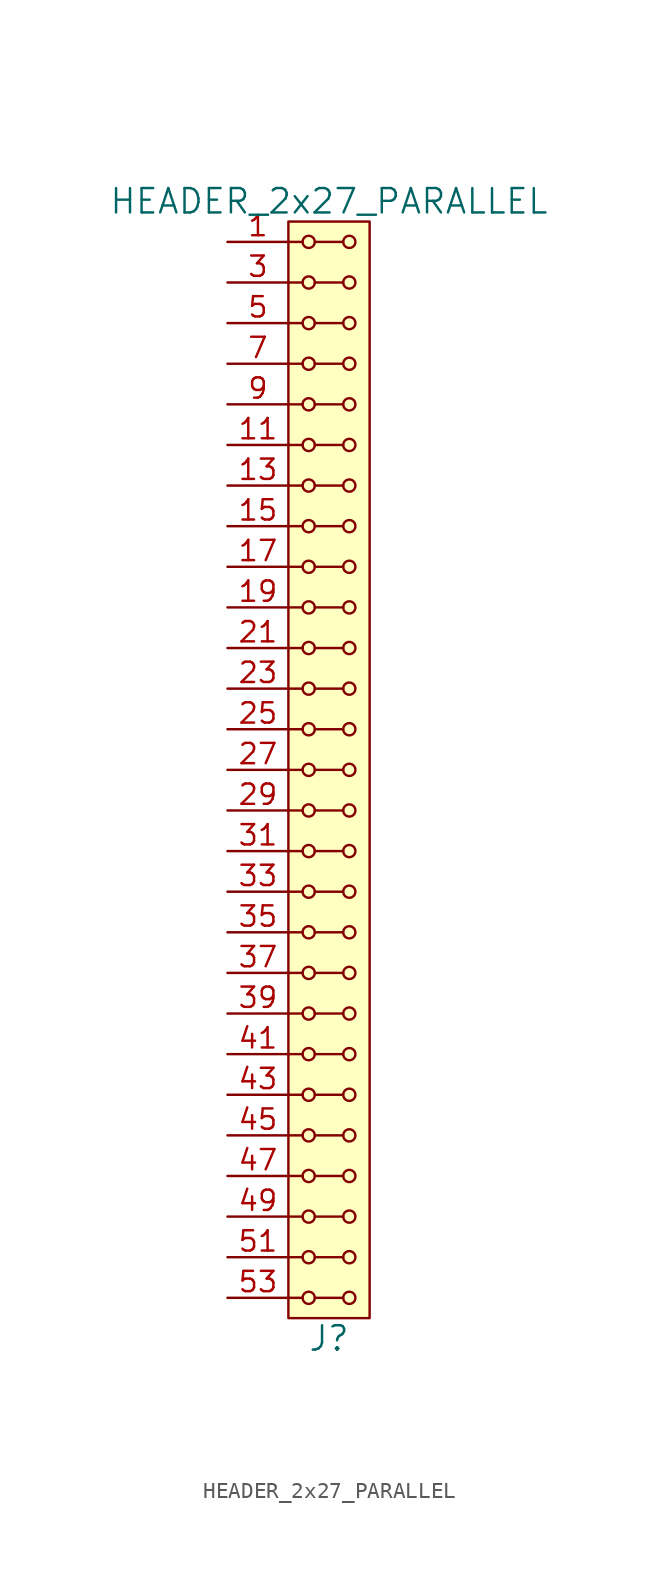
<source format=kicad_sym>
(kicad_symbol_lib
  (version 20211014)
  (generator kicad_symbol_editor)
  (symbol "HEADER_2x27_PARALLEL"
    (pin_names
      (offset 1.016))
    (property "Reference" "J"
      (at 0 -35.56 0)
      (effects (font (size 1.524 1.524))))
    (property "Value" "HEADER_2x27_PARALLEL"
      (at 0 35.56 0)
      (effects (font (size 1.524 1.524))))
    (property "Footprint" ""
      (at 0 33.02 0)
      (effects (font (size 1.524 1.524))))
    (property "Datasheet" ""
      (at 0 33.02 0)
      (effects (font (size 1.524 1.524))))
    (symbol "HEADER_2x27_PARALLEL_0_1"
      (rectangle (start -2.54 34.29) (end 2.54 -34.29) (stroke (width 0) (type default) (color 0 0 0 0)) (fill (type background)))
      (circle (center -1.27 -33.02) (radius 0.381) (stroke (width 0) (type default) (color 0 0 0 0)) (fill (type none)))
      (circle (center -1.27 -30.48) (radius 0.381) (stroke (width 0) (type default) (color 0 0 0 0)) (fill (type none)))
      (circle (center -1.27 -27.94) (radius 0.381) (stroke (width 0) (type default) (color 0 0 0 0)) (fill (type none)))
      (circle (center -1.27 -25.4) (radius 0.381) (stroke (width 0) (type default) (color 0 0 0 0)) (fill (type none)))
      (circle (center -1.27 -22.86) (radius 0.381) (stroke (width 0) (type default) (color 0 0 0 0)) (fill (type none)))
      (circle (center -1.27 -20.32) (radius 0.381) (stroke (width 0) (type default) (color 0 0 0 0)) (fill (type none)))
      (circle (center -1.27 -17.78) (radius 0.381) (stroke (width 0) (type default) (color 0 0 0 0)) (fill (type none)))
      (circle (center -1.27 -15.24) (radius 0.381) (stroke (width 0) (type default) (color 0 0 0 0)) (fill (type none)))
      (circle (center -1.27 -12.7) (radius 0.381) (stroke (width 0) (type default) (color 0 0 0 0)) (fill (type none)))
      (circle (center -1.27 -10.16) (radius 0.381) (stroke (width 0) (type default) (color 0 0 0 0)) (fill (type none)))
      (circle (center -1.27 -7.62) (radius 0.381) (stroke (width 0) (type default) (color 0 0 0 0)) (fill (type none)))
      (circle (center -1.27 -5.08) (radius 0.381) (stroke (width 0) (type default) (color 0 0 0 0)) (fill (type none)))
      (circle (center -1.27 -2.54) (radius 0.381) (stroke (width 0) (type default) (color 0 0 0 0)) (fill (type none)))
      (circle (center -1.27 0) (radius 0.381) (stroke (width 0) (type default) (color 0 0 0 0)) (fill (type none)))
      (circle (center -1.27 2.54) (radius 0.381) (stroke (width 0) (type default) (color 0 0 0 0)) (fill (type none)))
      (circle (center -1.27 5.08) (radius 0.381) (stroke (width 0) (type default) (color 0 0 0 0)) (fill (type none)))
      (circle (center -1.27 7.62) (radius 0.381) (stroke (width 0) (type default) (color 0 0 0 0)) (fill (type none)))
      (circle (center -1.27 10.16) (radius 0.381) (stroke (width 0) (type default) (color 0 0 0 0)) (fill (type none)))
      (circle (center -1.27 12.7) (radius 0.381) (stroke (width 0) (type default) (color 0 0 0 0)) (fill (type none)))
      (circle (center -1.27 15.24) (radius 0.381) (stroke (width 0) (type default) (color 0 0 0 0)) (fill (type none)))
      (circle (center -1.27 17.78) (radius 0.381) (stroke (width 0) (type default) (color 0 0 0 0)) (fill (type none)))
      (circle (center -1.27 20.32) (radius 0.381) (stroke (width 0) (type default) (color 0 0 0 0)) (fill (type none)))
      (circle (center -1.27 22.86) (radius 0.381) (stroke (width 0) (type default) (color 0 0 0 0)) (fill (type none)))
      (circle (center -1.27 25.4) (radius 0.381) (stroke (width 0) (type default) (color 0 0 0 0)) (fill (type none)))
      (circle (center -1.27 27.94) (radius 0.381) (stroke (width 0) (type default) (color 0 0 0 0)) (fill (type none)))
      (circle (center -1.27 30.48) (radius 0.381) (stroke (width 0) (type default) (color 0 0 0 0)) (fill (type none)))
      (circle (center -1.27 33.02) (radius 0.381) (stroke (width 0) (type default) (color 0 0 0 0)) (fill (type none)))
      (polyline (pts (xy -1.651 -33.02) (xy -2.54 -33.02)) (stroke (width 0) (type default) (color 0 0 0 0)) (fill (type none)))
      (polyline (pts (xy -1.651 -30.48) (xy -2.54 -30.48)) (stroke (width 0) (type default) (color 0 0 0 0)) (fill (type none)))
      (polyline (pts (xy -1.651 -27.94) (xy -2.54 -27.94)) (stroke (width 0) (type default) (color 0 0 0 0)) (fill (type none)))
      (polyline (pts (xy -1.651 -25.4) (xy -2.54 -25.4)) (stroke (width 0) (type default) (color 0 0 0 0)) (fill (type none)))
      (polyline (pts (xy -1.651 -22.86) (xy -2.54 -22.86)) (stroke (width 0) (type default) (color 0 0 0 0)) (fill (type none)))
      (polyline (pts (xy -1.651 -20.32) (xy -2.54 -20.32)) (stroke (width 0) (type default) (color 0 0 0 0)) (fill (type none)))
      (polyline (pts (xy -1.651 -17.78) (xy -2.54 -17.78)) (stroke (width 0) (type default) (color 0 0 0 0)) (fill (type none)))
      (polyline (pts (xy -1.651 -15.24) (xy -2.54 -15.24)) (stroke (width 0) (type default) (color 0 0 0 0)) (fill (type none)))
      (polyline (pts (xy -1.651 -12.7) (xy -2.54 -12.7)) (stroke (width 0) (type default) (color 0 0 0 0)) (fill (type none)))
      (polyline (pts (xy -1.651 -10.16) (xy -2.54 -10.16)) (stroke (width 0) (type default) (color 0 0 0 0)) (fill (type none)))
      (polyline (pts (xy -1.651 -7.62) (xy -2.54 -7.62)) (stroke (width 0) (type default) (color 0 0 0 0)) (fill (type none)))
      (polyline (pts (xy -1.651 -5.08) (xy -2.54 -5.08)) (stroke (width 0) (type default) (color 0 0 0 0)) (fill (type none)))
      (polyline (pts (xy -1.651 -2.54) (xy -2.54 -2.54)) (stroke (width 0) (type default) (color 0 0 0 0)) (fill (type none)))
      (polyline (pts (xy -1.651 0) (xy -2.54 0)) (stroke (width 0) (type default) (color 0 0 0 0)) (fill (type none)))
      (polyline (pts (xy -1.651 2.54) (xy -2.54 2.54)) (stroke (width 0) (type default) (color 0 0 0 0)) (fill (type none)))
      (polyline (pts (xy -1.651 5.08) (xy -2.54 5.08)) (stroke (width 0) (type default) (color 0 0 0 0)) (fill (type none)))
      (polyline (pts (xy -1.651 7.62) (xy -2.54 7.62)) (stroke (width 0) (type default) (color 0 0 0 0)) (fill (type none)))
      (polyline (pts (xy -1.651 10.16) (xy -2.54 10.16)) (stroke (width 0) (type default) (color 0 0 0 0)) (fill (type none)))
      (polyline (pts (xy -1.651 12.7) (xy -2.54 12.7)) (stroke (width 0) (type default) (color 0 0 0 0)) (fill (type none)))
      (polyline (pts (xy -1.651 15.24) (xy -2.54 15.24)) (stroke (width 0) (type default) (color 0 0 0 0)) (fill (type none)))
      (polyline (pts (xy -1.651 17.78) (xy -2.54 17.78)) (stroke (width 0) (type default) (color 0 0 0 0)) (fill (type none)))
      (polyline (pts (xy -1.651 20.32) (xy -2.54 20.32)) (stroke (width 0) (type default) (color 0 0 0 0)) (fill (type none)))
      (polyline (pts (xy -1.651 22.86) (xy -2.54 22.86)) (stroke (width 0) (type default) (color 0 0 0 0)) (fill (type none)))
      (polyline (pts (xy -1.651 25.4) (xy -2.54 25.4)) (stroke (width 0) (type default) (color 0 0 0 0)) (fill (type none)))
      (polyline (pts (xy -1.651 27.94) (xy -2.54 27.94)) (stroke (width 0) (type default) (color 0 0 0 0)) (fill (type none)))
      (polyline (pts (xy -1.651 30.48) (xy -2.54 30.48)) (stroke (width 0) (type default) (color 0 0 0 0)) (fill (type none)))
      (polyline (pts (xy -1.651 33.02) (xy -2.54 33.02)) (stroke (width 0) (type default) (color 0 0 0 0)) (fill (type none)))
      (polyline (pts (xy -0.889 -33.02) (xy 0.889 -33.02)) (stroke (width 0) (type default) (color 0 0 0 0)) (fill (type none)))
      (polyline (pts (xy -0.889 -30.48) (xy 0.889 -30.48)) (stroke (width 0) (type default) (color 0 0 0 0)) (fill (type none)))
      (polyline (pts (xy -0.889 -27.94) (xy 0.889 -27.94)) (stroke (width 0) (type default) (color 0 0 0 0)) (fill (type none)))
      (polyline (pts (xy -0.889 -25.4) (xy 0.889 -25.4)) (stroke (width 0) (type default) (color 0 0 0 0)) (fill (type none)))
      (polyline (pts (xy -0.889 -22.86) (xy 0.889 -22.86)) (stroke (width 0) (type default) (color 0 0 0 0)) (fill (type none)))
      (polyline (pts (xy -0.889 -20.32) (xy 0.889 -20.32)) (stroke (width 0) (type default) (color 0 0 0 0)) (fill (type none)))
      (polyline (pts (xy -0.889 -17.78) (xy 0.889 -17.78)) (stroke (width 0) (type default) (color 0 0 0 0)) (fill (type none)))
      (polyline (pts (xy -0.889 -15.24) (xy 0.889 -15.24)) (stroke (width 0) (type default) (color 0 0 0 0)) (fill (type none)))
      (polyline (pts (xy -0.889 -12.7) (xy 0.889 -12.7)) (stroke (width 0) (type default) (color 0 0 0 0)) (fill (type none)))
      (polyline (pts (xy -0.889 -10.16) (xy 0.889 -10.16)) (stroke (width 0) (type default) (color 0 0 0 0)) (fill (type none)))
      (polyline (pts (xy -0.889 -7.62) (xy 0.889 -7.62)) (stroke (width 0) (type default) (color 0 0 0 0)) (fill (type none)))
      (polyline (pts (xy -0.889 -5.08) (xy 0.889 -5.08)) (stroke (width 0) (type default) (color 0 0 0 0)) (fill (type none)))
      (polyline (pts (xy -0.889 -2.54) (xy 0.889 -2.54)) (stroke (width 0) (type default) (color 0 0 0 0)) (fill (type none)))
      (polyline (pts (xy -0.889 0) (xy 0.889 0)) (stroke (width 0) (type default) (color 0 0 0 0)) (fill (type none)))
      (polyline (pts (xy -0.889 2.54) (xy 0.889 2.54)) (stroke (width 0) (type default) (color 0 0 0 0)) (fill (type none)))
      (polyline (pts (xy -0.889 5.08) (xy 0.889 5.08)) (stroke (width 0) (type default) (color 0 0 0 0)) (fill (type none)))
      (polyline (pts (xy -0.889 7.62) (xy 0.889 7.62)) (stroke (width 0) (type default) (color 0 0 0 0)) (fill (type none)))
      (polyline (pts (xy -0.889 10.16) (xy 0.889 10.16)) (stroke (width 0) (type default) (color 0 0 0 0)) (fill (type none)))
      (polyline (pts (xy -0.889 12.7) (xy 0.889 12.7)) (stroke (width 0) (type default) (color 0 0 0 0)) (fill (type none)))
      (polyline (pts (xy -0.889 15.24) (xy 0.889 15.24)) (stroke (width 0) (type default) (color 0 0 0 0)) (fill (type none)))
      (polyline (pts (xy -0.889 17.78) (xy 0.889 17.78)) (stroke (width 0) (type default) (color 0 0 0 0)) (fill (type none)))
      (polyline (pts (xy -0.889 20.32) (xy 0.889 20.32)) (stroke (width 0) (type default) (color 0 0 0 0)) (fill (type none)))
      (polyline (pts (xy -0.889 22.86) (xy 0.889 22.86)) (stroke (width 0) (type default) (color 0 0 0 0)) (fill (type none)))
      (polyline (pts (xy -0.889 25.4) (xy 0.889 25.4)) (stroke (width 0) (type default) (color 0 0 0 0)) (fill (type none)))
      (polyline (pts (xy -0.889 27.94) (xy 0.889 27.94)) (stroke (width 0) (type default) (color 0 0 0 0)) (fill (type none)))
      (polyline (pts (xy -0.889 30.48) (xy 0.889 30.48)) (stroke (width 0) (type default) (color 0 0 0 0)) (fill (type none)))
      (polyline (pts (xy -0.889 33.02) (xy 0.889 33.02)) (stroke (width 0) (type default) (color 0 0 0 0)) (fill (type none)))
      (circle (center 1.27 -33.02) (radius 0.381) (stroke (width 0) (type default) (color 0 0 0 0)) (fill (type none)))
      (circle (center 1.27 -30.48) (radius 0.381) (stroke (width 0) (type default) (color 0 0 0 0)) (fill (type none)))
      (circle (center 1.27 -27.94) (radius 0.381) (stroke (width 0) (type default) (color 0 0 0 0)) (fill (type none)))
      (circle (center 1.27 -25.4) (radius 0.381) (stroke (width 0) (type default) (color 0 0 0 0)) (fill (type none)))
      (circle (center 1.27 -22.86) (radius 0.381) (stroke (width 0) (type default) (color 0 0 0 0)) (fill (type none)))
      (circle (center 1.27 -20.32) (radius 0.381) (stroke (width 0) (type default) (color 0 0 0 0)) (fill (type none)))
      (circle (center 1.27 -17.78) (radius 0.381) (stroke (width 0) (type default) (color 0 0 0 0)) (fill (type none)))
      (circle (center 1.27 -15.24) (radius 0.381) (stroke (width 0) (type default) (color 0 0 0 0)) (fill (type none)))
      (circle (center 1.27 -12.7) (radius 0.381) (stroke (width 0) (type default) (color 0 0 0 0)) (fill (type none)))
      (circle (center 1.27 -10.16) (radius 0.381) (stroke (width 0) (type default) (color 0 0 0 0)) (fill (type none)))
      (circle (center 1.27 -7.62) (radius 0.381) (stroke (width 0) (type default) (color 0 0 0 0)) (fill (type none)))
      (circle (center 1.27 -5.08) (radius 0.381) (stroke (width 0) (type default) (color 0 0 0 0)) (fill (type none)))
      (circle (center 1.27 -2.54) (radius 0.381) (stroke (width 0) (type default) (color 0 0 0 0)) (fill (type none)))
      (circle (center 1.27 0) (radius 0.381) (stroke (width 0) (type default) (color 0 0 0 0)) (fill (type none)))
      (circle (center 1.27 2.54) (radius 0.381) (stroke (width 0) (type default) (color 0 0 0 0)) (fill (type none)))
      (circle (center 1.27 5.08) (radius 0.381) (stroke (width 0) (type default) (color 0 0 0 0)) (fill (type none)))
      (circle (center 1.27 7.62) (radius 0.381) (stroke (width 0) (type default) (color 0 0 0 0)) (fill (type none)))
      (circle (center 1.27 10.16) (radius 0.381) (stroke (width 0) (type default) (color 0 0 0 0)) (fill (type none)))
      (circle (center 1.27 12.7) (radius 0.381) (stroke (width 0) (type default) (color 0 0 0 0)) (fill (type none)))
      (circle (center 1.27 15.24) (radius 0.381) (stroke (width 0) (type default) (color 0 0 0 0)) (fill (type none)))
      (circle (center 1.27 17.78) (radius 0.381) (stroke (width 0) (type default) (color 0 0 0 0)) (fill (type none)))
      (circle (center 1.27 20.32) (radius 0.381) (stroke (width 0) (type default) (color 0 0 0 0)) (fill (type none)))
      (circle (center 1.27 22.86) (radius 0.381) (stroke (width 0) (type default) (color 0 0 0 0)) (fill (type none)))
      (circle (center 1.27 25.4) (radius 0.381) (stroke (width 0) (type default) (color 0 0 0 0)) (fill (type none)))
      (circle (center 1.27 27.94) (radius 0.381) (stroke (width 0) (type default) (color 0 0 0 0)) (fill (type none)))
      (circle (center 1.27 30.48) (radius 0.381) (stroke (width 0) (type default) (color 0 0 0 0)) (fill (type none)))
      (circle (center 1.27 33.02) (radius 0.381) (stroke (width 0) (type default) (color 0 0 0 0)) (fill (type none))))
    (symbol "HEADER_2x27_PARALLEL_1_1"
      (pin input line (at -6.35 33.02 0) (length 3.81) (name "~" (effects (font (size 1.27 1.27)))) (number "1" (effects (font (size 1.27 1.27)))))
      (pin input line (at -6.35 22.86 0) (length 3.81) hide (name "~" (effects (font (size 1.27 1.27)))) (number "10" (effects (font (size 1.27 1.27)))))
      (pin input line (at -6.35 20.32 0) (length 3.81) (name "~" (effects (font (size 1.27 1.27)))) (number "11" (effects (font (size 1.27 1.27)))))
      (pin input line (at -6.35 20.32 0) (length 3.81) hide (name "~" (effects (font (size 1.27 1.27)))) (number "12" (effects (font (size 1.27 1.27)))))
      (pin input line (at -6.35 17.78 0) (length 3.81) (name "~" (effects (font (size 1.27 1.27)))) (number "13" (effects (font (size 1.27 1.27)))))
      (pin input line (at -6.35 17.78 0) (length 3.81) hide (name "~" (effects (font (size 1.27 1.27)))) (number "14" (effects (font (size 1.27 1.27)))))
      (pin input line (at -6.35 15.24 0) (length 3.81) (name "~" (effects (font (size 1.27 1.27)))) (number "15" (effects (font (size 1.27 1.27)))))
      (pin input line (at -6.35 15.24 0) (length 3.81) hide (name "~" (effects (font (size 1.27 1.27)))) (number "16" (effects (font (size 1.27 1.27)))))
      (pin input line (at -6.35 12.7 0) (length 3.81) (name "~" (effects (font (size 1.27 1.27)))) (number "17" (effects (font (size 1.27 1.27)))))
      (pin input line (at -6.35 12.7 0) (length 3.81) hide (name "~" (effects (font (size 1.27 1.27)))) (number "18" (effects (font (size 1.27 1.27)))))
      (pin input line (at -6.35 10.16 0) (length 3.81) (name "~" (effects (font (size 1.27 1.27)))) (number "19" (effects (font (size 1.27 1.27)))))
      (pin input line (at -6.35 33.02 0) (length 3.81) hide (name "~" (effects (font (size 1.27 1.27)))) (number "2" (effects (font (size 1.27 1.27)))))
      (pin input line (at -6.35 10.16 0) (length 3.81) hide (name "~" (effects (font (size 1.27 1.27)))) (number "20" (effects (font (size 1.27 1.27)))))
      (pin input line (at -6.35 7.62 0) (length 3.81) (name "~" (effects (font (size 1.27 1.27)))) (number "21" (effects (font (size 1.27 1.27)))))
      (pin input line (at -6.35 7.62 0) (length 3.81) hide (name "~" (effects (font (size 1.27 1.27)))) (number "22" (effects (font (size 1.27 1.27)))))
      (pin input line (at -6.35 5.08 0) (length 3.81) (name "~" (effects (font (size 1.27 1.27)))) (number "23" (effects (font (size 1.27 1.27)))))
      (pin input line (at -6.35 5.08 0) (length 3.81) hide (name "~" (effects (font (size 1.27 1.27)))) (number "24" (effects (font (size 1.27 1.27)))))
      (pin input line (at -6.35 2.54 0) (length 3.81) (name "~" (effects (font (size 1.27 1.27)))) (number "25" (effects (font (size 1.27 1.27)))))
      (pin input line (at -6.35 2.54 0) (length 3.81) hide (name "~" (effects (font (size 1.27 1.27)))) (number "26" (effects (font (size 1.27 1.27)))))
      (pin input line (at -6.35 0 0) (length 3.81) (name "~" (effects (font (size 1.27 1.27)))) (number "27" (effects (font (size 1.27 1.27)))))
      (pin input line (at -6.35 0 0) (length 3.81) hide (name "~" (effects (font (size 1.27 1.27)))) (number "28" (effects (font (size 1.27 1.27)))))
      (pin input line (at -6.35 -2.54 0) (length 3.81) (name "~" (effects (font (size 1.27 1.27)))) (number "29" (effects (font (size 1.27 1.27)))))
      (pin input line (at -6.35 30.48 0) (length 3.81) (name "~" (effects (font (size 1.27 1.27)))) (number "3" (effects (font (size 1.27 1.27)))))
      (pin input line (at -6.35 -2.54 0) (length 3.81) hide (name "~" (effects (font (size 1.27 1.27)))) (number "30" (effects (font (size 1.27 1.27)))))
      (pin input line (at -6.35 -5.08 0) (length 3.81) (name "~" (effects (font (size 1.27 1.27)))) (number "31" (effects (font (size 1.27 1.27)))))
      (pin input line (at -6.35 -5.08 0) (length 3.81) hide (name "~" (effects (font (size 1.27 1.27)))) (number "32" (effects (font (size 1.27 1.27)))))
      (pin input line (at -6.35 -7.62 0) (length 3.81) (name "~" (effects (font (size 1.27 1.27)))) (number "33" (effects (font (size 1.27 1.27)))))
      (pin input line (at -6.35 -7.62 0) (length 3.81) hide (name "~" (effects (font (size 1.27 1.27)))) (number "34" (effects (font (size 1.27 1.27)))))
      (pin input line (at -6.35 -10.16 0) (length 3.81) (name "~" (effects (font (size 1.27 1.27)))) (number "35" (effects (font (size 1.27 1.27)))))
      (pin input line (at -6.35 -10.16 0) (length 3.81) hide (name "~" (effects (font (size 1.27 1.27)))) (number "36" (effects (font (size 1.27 1.27)))))
      (pin input line (at -6.35 -12.7 0) (length 3.81) (name "~" (effects (font (size 1.27 1.27)))) (number "37" (effects (font (size 1.27 1.27)))))
      (pin input line (at -6.35 -12.7 0) (length 3.81) hide (name "~" (effects (font (size 1.27 1.27)))) (number "38" (effects (font (size 1.27 1.27)))))
      (pin input line (at -6.35 -15.24 0) (length 3.81) (name "~" (effects (font (size 1.27 1.27)))) (number "39" (effects (font (size 1.27 1.27)))))
      (pin input line (at -6.35 30.48 0) (length 3.81) hide (name "~" (effects (font (size 1.27 1.27)))) (number "4" (effects (font (size 1.27 1.27)))))
      (pin input line (at -6.35 -15.24 0) (length 3.81) hide (name "~" (effects (font (size 1.27 1.27)))) (number "40" (effects (font (size 1.27 1.27)))))
      (pin input line (at -6.35 -17.78 0) (length 3.81) (name "~" (effects (font (size 1.27 1.27)))) (number "41" (effects (font (size 1.27 1.27)))))
      (pin input line (at -6.35 -17.78 0) (length 3.81) hide (name "~" (effects (font (size 1.27 1.27)))) (number "42" (effects (font (size 1.27 1.27)))))
      (pin input line (at -6.35 -20.32 0) (length 3.81) (name "~" (effects (font (size 1.27 1.27)))) (number "43" (effects (font (size 1.27 1.27)))))
      (pin input line (at -6.35 -20.32 0) (length 3.81) hide (name "~" (effects (font (size 1.27 1.27)))) (number "44" (effects (font (size 1.27 1.27)))))
      (pin input line (at -6.35 -22.86 0) (length 3.81) (name "~" (effects (font (size 1.27 1.27)))) (number "45" (effects (font (size 1.27 1.27)))))
      (pin input line (at -6.35 -22.86 0) (length 3.81) hide (name "~" (effects (font (size 1.27 1.27)))) (number "46" (effects (font (size 1.27 1.27)))))
      (pin input line (at -6.35 -25.4 0) (length 3.81) (name "~" (effects (font (size 1.27 1.27)))) (number "47" (effects (font (size 1.27 1.27)))))
      (pin input line (at -6.35 -25.4 0) (length 3.81) hide (name "~" (effects (font (size 1.27 1.27)))) (number "48" (effects (font (size 1.27 1.27)))))
      (pin input line (at -6.35 -27.94 0) (length 3.81) (name "~" (effects (font (size 1.27 1.27)))) (number "49" (effects (font (size 1.27 1.27)))))
      (pin input line (at -6.35 27.94 0) (length 3.81) (name "~" (effects (font (size 1.27 1.27)))) (number "5" (effects (font (size 1.27 1.27)))))
      (pin input line (at -6.35 -27.94 0) (length 3.81) hide (name "~" (effects (font (size 1.27 1.27)))) (number "50" (effects (font (size 1.27 1.27)))))
      (pin input line (at -6.35 -30.48 0) (length 3.81) (name "~" (effects (font (size 1.27 1.27)))) (number "51" (effects (font (size 1.27 1.27)))))
      (pin input line (at -6.35 -30.48 0) (length 3.81) hide (name "~" (effects (font (size 1.27 1.27)))) (number "52" (effects (font (size 1.27 1.27)))))
      (pin input line (at -6.35 -33.02 0) (length 3.81) (name "~" (effects (font (size 1.27 1.27)))) (number "53" (effects (font (size 1.27 1.27)))))
      (pin input line (at -6.35 -33.02 0) (length 3.81) hide (name "~" (effects (font (size 1.27 1.27)))) (number "54" (effects (font (size 1.27 1.27)))))
      (pin input line (at -6.35 27.94 0) (length 3.81) hide (name "~" (effects (font (size 1.27 1.27)))) (number "6" (effects (font (size 1.27 1.27)))))
      (pin input line (at -6.35 25.4 0) (length 3.81) (name "~" (effects (font (size 1.27 1.27)))) (number "7" (effects (font (size 1.27 1.27)))))
      (pin input line (at -6.35 25.4 0) (length 3.81) hide (name "~" (effects (font (size 1.27 1.27)))) (number "8" (effects (font (size 1.27 1.27)))))
      (pin input line (at -6.35 22.86 0) (length 3.81) (name "~" (effects (font (size 1.27 1.27)))) (number "9" (effects (font (size 1.27 1.27))))))))
</source>
